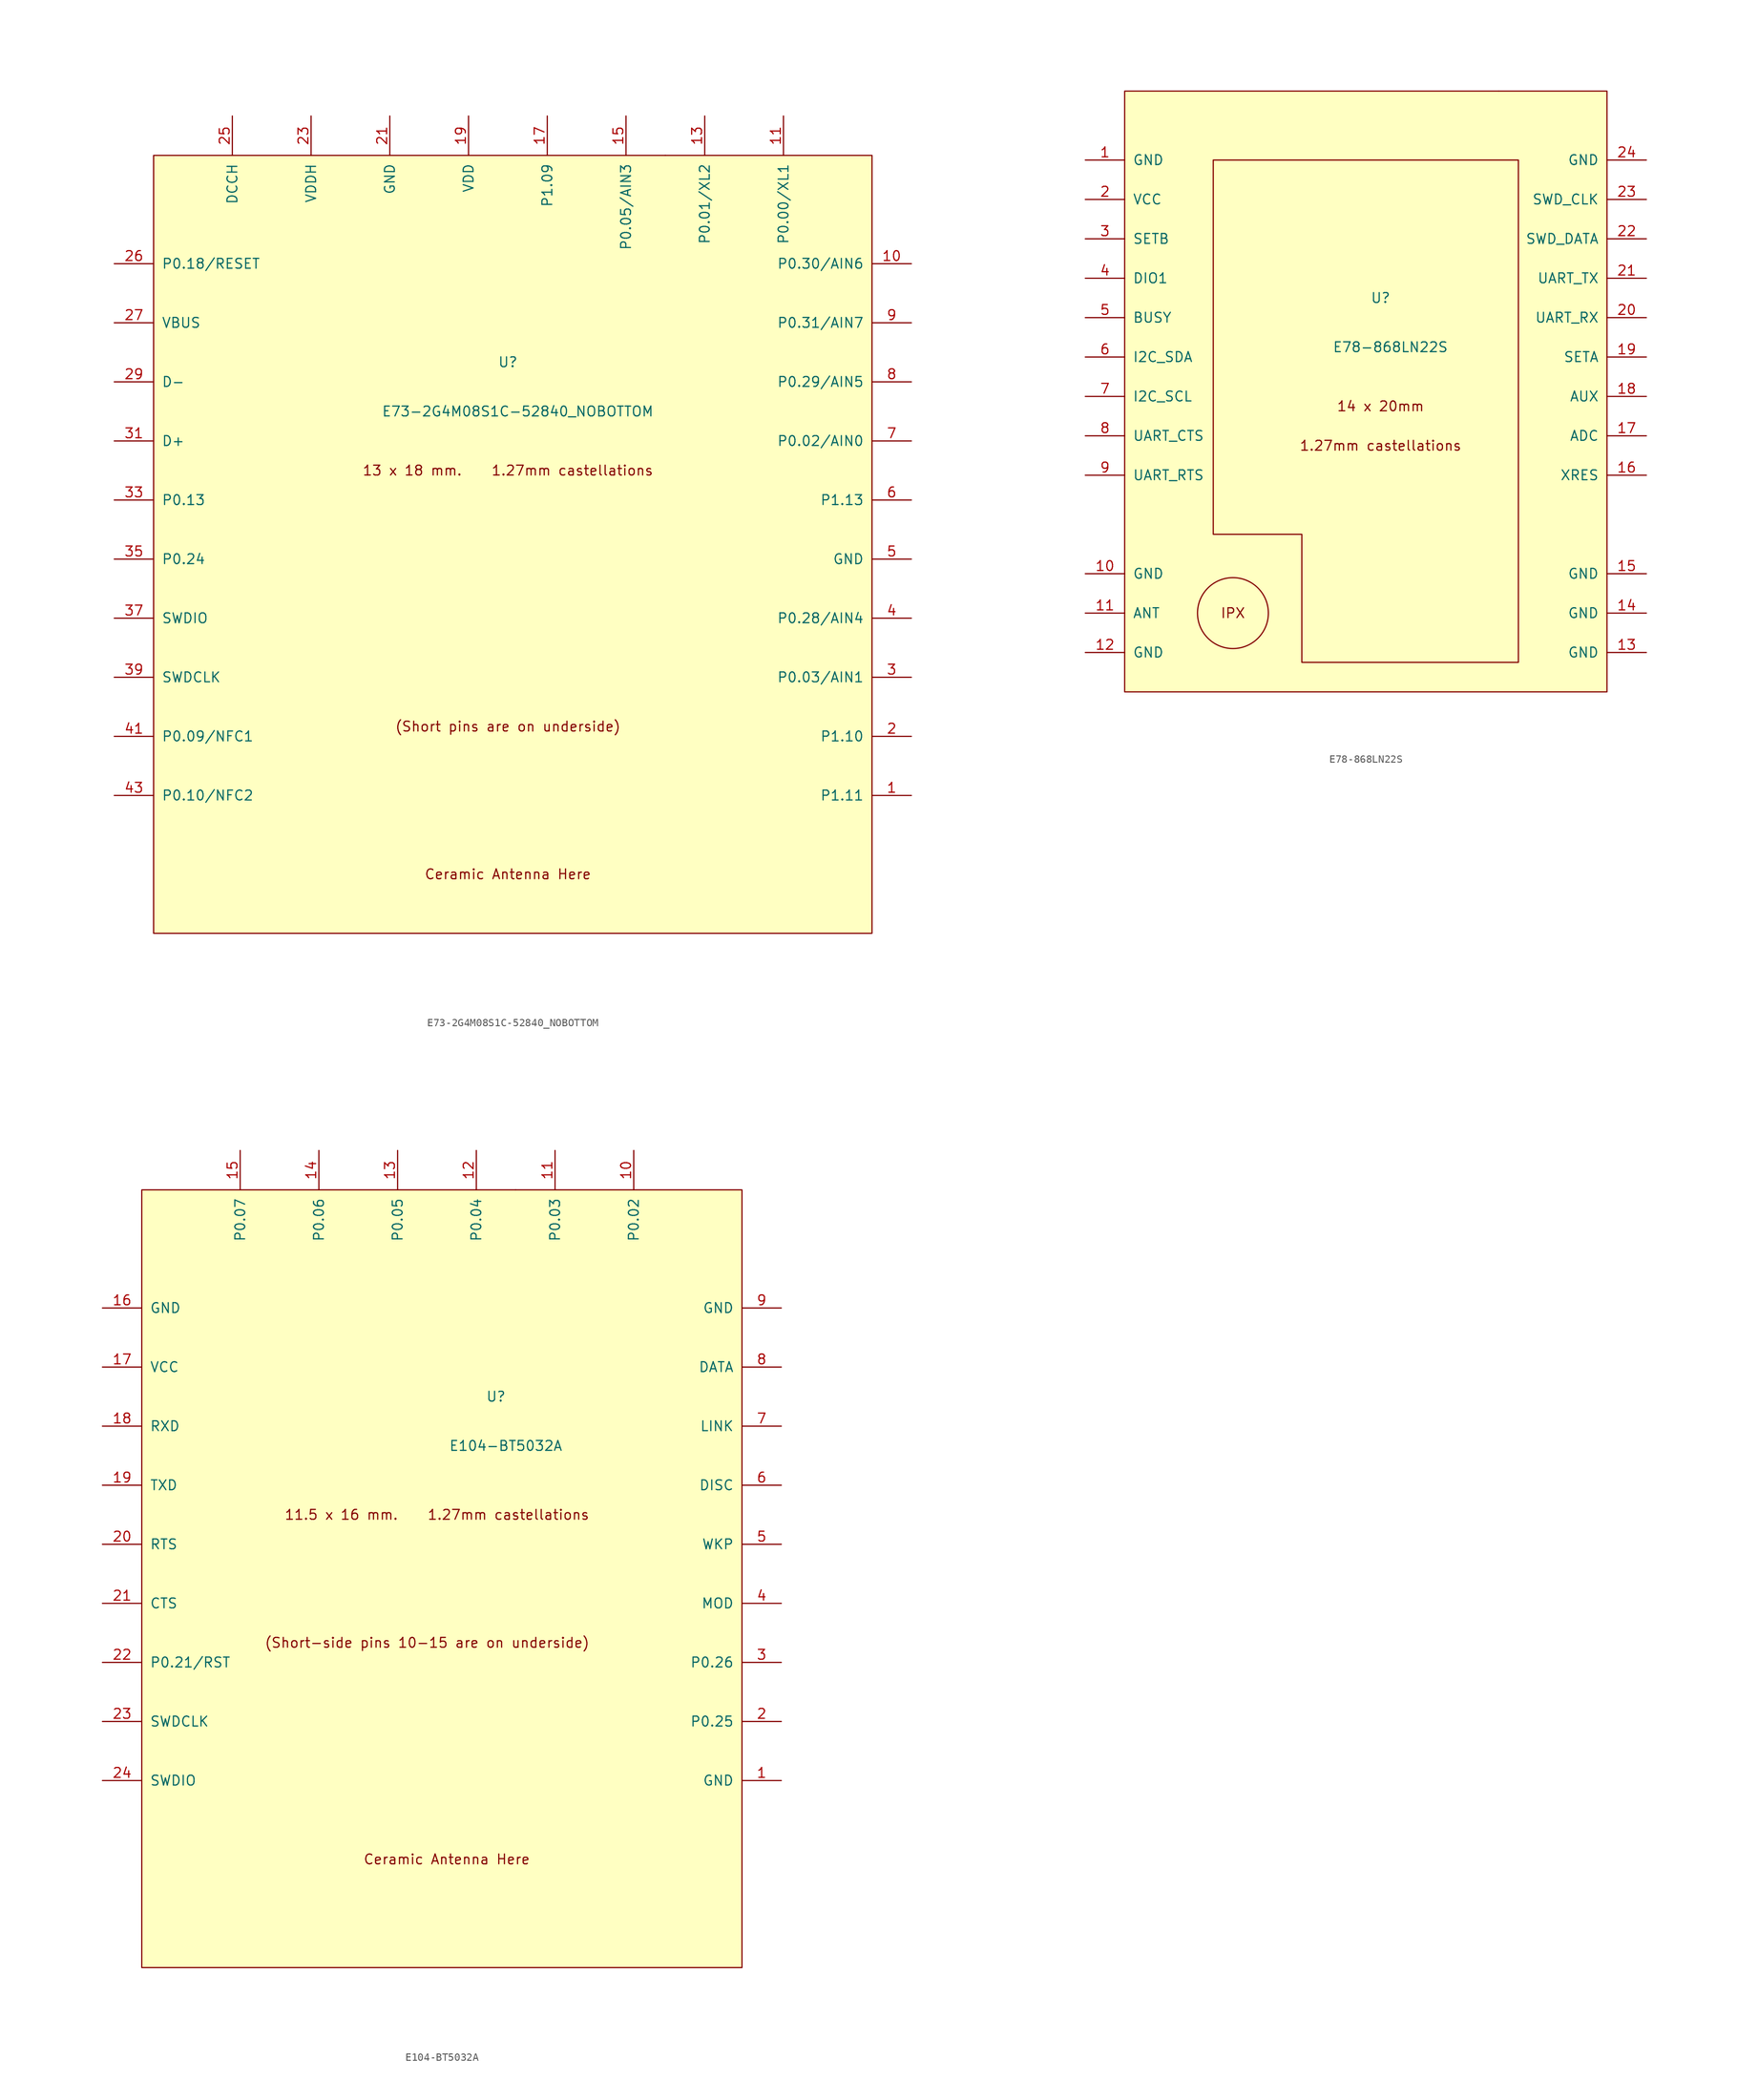
<source format=kicad_sym>
(kicad_symbol_lib
  (version 20211014)
  (generator kicad_symbol_editor)
  (symbol "E73-2G4M08S1C-52840_NOBOTTOM"
    (pin_names
      (offset 1.016))
    (property "Reference" "U"
      (at 0 46.99 0)
      (effects (font (size 1.27 1.27))))
    (property "Value" "E73-2G4M08S1C-52840_NOBOTTOM"
      (at 1.27 40.64 0)
      (effects (font (size 1.27 1.27))))
    (symbol "E73-2G4M08S1C-52840_NOBOTTOM_0_0"
      (text "(Short pins are on underside)" (at 0 0 0) (effects (font (size 1.27 1.27))))
      (text "13 x 18 mm.    1.27mm castellations" (at 0 33.02 0) (effects (font (size 1.27 1.27))))
      (text "Ceramic Antenna Here" (at 0 -19.05 0) (effects (font (size 1.27 1.27)))))
    (symbol "E73-2G4M08S1C-52840_NOBOTTOM_0_1"
      (rectangle (start -45.72 73.66) (end 46.99 -26.67) (stroke (width 0) (type default) (color 0 0 0 0)) (fill (type background)))
      (rectangle (start 20.32 73.66) (end 20.32 73.66) (stroke (width 0) (type default) (color 0 0 0 0)) (fill (type none))))
    (symbol "E73-2G4M08S1C-52840_NOBOTTOM_1_1"
      (pin bidirectional line (at 52.07 -8.89 180) (length 5.08) (name "P1.11" (effects (font (size 1.27 1.27)))) (number "1" (effects (font (size 1.27 1.27)))))
      (pin bidirectional line (at 52.07 59.69 180) (length 5.08) (name "P0.30/AIN6" (effects (font (size 1.27 1.27)))) (number "10" (effects (font (size 1.27 1.27)))))
      (pin bidirectional line (at 35.56 78.74 270) (length 5.08) (name "P0.00/XL1" (effects (font (size 1.27 1.27)))) (number "11" (effects (font (size 1.27 1.27)))))
      (pin bidirectional line (at 25.4 78.74 270) (length 5.08) (name "P0.01/XL2" (effects (font (size 1.27 1.27)))) (number "13" (effects (font (size 1.27 1.27)))))
      (pin bidirectional line (at 15.24 78.74 270) (length 5.08) (name "P0.05/AIN3" (effects (font (size 1.27 1.27)))) (number "15" (effects (font (size 1.27 1.27)))))
      (pin bidirectional line (at 5.08 78.74 270) (length 5.08) (name "P1.09" (effects (font (size 1.27 1.27)))) (number "17" (effects (font (size 1.27 1.27)))))
      (pin power_in line (at -5.08 78.74 270) (length 5.08) (name "VDD" (effects (font (size 1.27 1.27)))) (number "19" (effects (font (size 1.27 1.27)))))
      (pin bidirectional line (at 52.07 -1.27 180) (length 5.08) (name "P1.10" (effects (font (size 1.27 1.27)))) (number "2" (effects (font (size 1.27 1.27)))))
      (pin power_in line (at -15.24 78.74 270) (length 5.08) (name "GND" (effects (font (size 1.27 1.27)))) (number "21" (effects (font (size 1.27 1.27)))))
      (pin bidirectional line (at -25.4 78.74 270) (length 5.08) (name "VDDH" (effects (font (size 1.27 1.27)))) (number "23" (effects (font (size 1.27 1.27)))))
      (pin bidirectional line (at -35.56 78.74 270) (length 5.08) (name "DCCH" (effects (font (size 1.27 1.27)))) (number "25" (effects (font (size 1.27 1.27)))))
      (pin bidirectional line (at -50.8 59.69 0) (length 5.08) (name "P0.18/RESET" (effects (font (size 1.27 1.27)))) (number "26" (effects (font (size 1.27 1.27)))))
      (pin power_in line (at -50.8 52.07 0) (length 5.08) (name "VBUS" (effects (font (size 1.27 1.27)))) (number "27" (effects (font (size 1.27 1.27)))))
      (pin bidirectional line (at -50.8 44.45 0) (length 5.08) (name "D-" (effects (font (size 1.27 1.27)))) (number "29" (effects (font (size 1.27 1.27)))))
      (pin bidirectional line (at 52.07 6.35 180) (length 5.08) (name "P0.03/AIN1" (effects (font (size 1.27 1.27)))) (number "3" (effects (font (size 1.27 1.27)))))
      (pin bidirectional line (at -50.8 36.83 0) (length 5.08) (name "D+" (effects (font (size 1.27 1.27)))) (number "31" (effects (font (size 1.27 1.27)))))
      (pin bidirectional line (at -50.8 29.21 0) (length 5.08) (name "P0.13" (effects (font (size 1.27 1.27)))) (number "33" (effects (font (size 1.27 1.27)))))
      (pin bidirectional line (at -50.8 21.59 0) (length 5.08) (name "P0.24" (effects (font (size 1.27 1.27)))) (number "35" (effects (font (size 1.27 1.27)))))
      (pin bidirectional line (at -50.8 13.97 0) (length 5.08) (name "SWDIO" (effects (font (size 1.27 1.27)))) (number "37" (effects (font (size 1.27 1.27)))))
      (pin bidirectional line (at -50.8 6.35 0) (length 5.08) (name "SWDCLK" (effects (font (size 1.27 1.27)))) (number "39" (effects (font (size 1.27 1.27)))))
      (pin bidirectional line (at 52.07 13.97 180) (length 5.08) (name "P0.28/AIN4" (effects (font (size 1.27 1.27)))) (number "4" (effects (font (size 1.27 1.27)))))
      (pin bidirectional line (at -50.8 -1.27 0) (length 5.08) (name "P0.09/NFC1" (effects (font (size 1.27 1.27)))) (number "41" (effects (font (size 1.27 1.27)))))
      (pin bidirectional line (at -50.8 -8.89 0) (length 5.08) (name "P0.10/NFC2" (effects (font (size 1.27 1.27)))) (number "43" (effects (font (size 1.27 1.27)))))
      (pin power_in line (at 52.07 21.59 180) (length 5.08) (name "GND" (effects (font (size 1.27 1.27)))) (number "5" (effects (font (size 1.27 1.27)))))
      (pin bidirectional line (at 52.07 29.21 180) (length 5.08) (name "P1.13" (effects (font (size 1.27 1.27)))) (number "6" (effects (font (size 1.27 1.27)))))
      (pin bidirectional line (at 52.07 36.83 180) (length 5.08) (name "P0.02/AIN0" (effects (font (size 1.27 1.27)))) (number "7" (effects (font (size 1.27 1.27)))))
      (pin bidirectional line (at 52.07 44.45 180) (length 5.08) (name "P0.29/AIN5" (effects (font (size 1.27 1.27)))) (number "8" (effects (font (size 1.27 1.27)))))
      (pin bidirectional line (at 52.07 52.07 180) (length 5.08) (name "P0.31/AIN7" (effects (font (size 1.27 1.27)))) (number "9" (effects (font (size 1.27 1.27)))))))
  (symbol "E78-868LN22S"
    (pin_names
      (offset 1.016))
    (property "Reference" "U"
      (at -3.81 26.67 0)
      (effects (font (size 1.27 1.27))))
    (property "Value" "E78-868LN22S"
      (at -2.54 20.32 0)
      (effects (font (size 1.27 1.27))))
    (symbol "E78-868LN22S_0_0"
      (circle (center -22.86 -13.97) (radius 4.572) (stroke (width 0) (type default) (color 0 0 0 0)) (fill (type none)))
      (polyline (pts (xy -25.4 44.45) (xy -25.4 -3.81) (xy -13.97 -3.81) (xy -13.97 -20.32) (xy 13.97 -20.32) (xy 13.97 44.45) (xy -25.4 44.45)) (stroke (width 0) (type default) (color 0 0 0 0)) (fill (type none)))
      (text "1.27mm castellations" (at -3.81 7.62 0) (effects (font (size 1.27 1.27))))
      (text "14 x 20mm" (at -3.81 12.7 0) (effects (font (size 1.27 1.27))))
      (text "IPX" (at -22.86 -13.97 0) (effects (font (size 1.27 1.27)))))
    (symbol "E78-868LN22S_0_1"
      (rectangle (start -36.83 53.34) (end 25.4 -24.13) (stroke (width 0) (type default) (color 0 0 0 0)) (fill (type background)))
      (rectangle (start 11.43 53.34) (end 11.43 53.34) (stroke (width 0) (type default) (color 0 0 0 0)) (fill (type none))))
    (symbol "E78-868LN22S_1_1"
      (pin power_in line (at -41.91 44.45 0) (length 5.08) (name "GND" (effects (font (size 1.27 1.27)))) (number "1" (effects (font (size 1.27 1.27)))))
      (pin power_in line (at -41.91 -8.89 0) (length 5.08) (name "GND" (effects (font (size 1.27 1.27)))) (number "10" (effects (font (size 1.27 1.27)))))
      (pin bidirectional line (at -41.91 -13.97 0) (length 5.08) (name "ANT" (effects (font (size 1.27 1.27)))) (number "11" (effects (font (size 1.27 1.27)))))
      (pin power_in line (at -41.91 -19.05 0) (length 5.08) (name "GND" (effects (font (size 1.27 1.27)))) (number "12" (effects (font (size 1.27 1.27)))))
      (pin power_in line (at 30.48 -19.05 180) (length 5.08) (name "GND" (effects (font (size 1.27 1.27)))) (number "13" (effects (font (size 1.27 1.27)))))
      (pin power_in line (at 30.48 -13.97 180) (length 5.08) (name "GND" (effects (font (size 1.27 1.27)))) (number "14" (effects (font (size 1.27 1.27)))))
      (pin power_in line (at 30.48 -8.89 180) (length 5.08) (name "GND" (effects (font (size 1.27 1.27)))) (number "15" (effects (font (size 1.27 1.27)))))
      (pin bidirectional line (at 30.48 3.81 180) (length 5.08) (name "XRES" (effects (font (size 1.27 1.27)))) (number "16" (effects (font (size 1.27 1.27)))))
      (pin bidirectional line (at 30.48 8.89 180) (length 5.08) (name "ADC" (effects (font (size 1.27 1.27)))) (number "17" (effects (font (size 1.27 1.27)))))
      (pin bidirectional line (at 30.48 13.97 180) (length 5.08) (name "AUX" (effects (font (size 1.27 1.27)))) (number "18" (effects (font (size 1.27 1.27)))))
      (pin bidirectional line (at 30.48 19.05 180) (length 5.08) (name "SETA" (effects (font (size 1.27 1.27)))) (number "19" (effects (font (size 1.27 1.27)))))
      (pin power_in line (at -41.91 39.37 0) (length 5.08) (name "VCC" (effects (font (size 1.27 1.27)))) (number "2" (effects (font (size 1.27 1.27)))))
      (pin bidirectional line (at 30.48 24.13 180) (length 5.08) (name "UART_RX" (effects (font (size 1.27 1.27)))) (number "20" (effects (font (size 1.27 1.27)))))
      (pin passive line (at 30.48 29.21 180) (length 5.08) (name "UART_TX" (effects (font (size 1.27 1.27)))) (number "21" (effects (font (size 1.27 1.27)))))
      (pin power_out line (at 30.48 34.29 180) (length 5.08) (name "SWD_DATA" (effects (font (size 1.27 1.27)))) (number "22" (effects (font (size 1.27 1.27)))))
      (pin passive line (at 30.48 39.37 180) (length 5.08) (name "SWD_CLK" (effects (font (size 1.27 1.27)))) (number "23" (effects (font (size 1.27 1.27)))))
      (pin power_in line (at 30.48 44.45 180) (length 5.08) (name "GND" (effects (font (size 1.27 1.27)))) (number "24" (effects (font (size 1.27 1.27)))))
      (pin bidirectional line (at -41.91 34.29 0) (length 5.08) (name "SETB" (effects (font (size 1.27 1.27)))) (number "3" (effects (font (size 1.27 1.27)))))
      (pin bidirectional line (at -41.91 29.21 0) (length 5.08) (name "DIO1" (effects (font (size 1.27 1.27)))) (number "4" (effects (font (size 1.27 1.27)))))
      (pin bidirectional line (at -41.91 24.13 0) (length 5.08) (name "BUSY" (effects (font (size 1.27 1.27)))) (number "5" (effects (font (size 1.27 1.27)))))
      (pin bidirectional line (at -41.91 19.05 0) (length 5.08) (name "I2C_SDA" (effects (font (size 1.27 1.27)))) (number "6" (effects (font (size 1.27 1.27)))))
      (pin bidirectional line (at -41.91 13.97 0) (length 5.08) (name "I2C_SCL" (effects (font (size 1.27 1.27)))) (number "7" (effects (font (size 1.27 1.27)))))
      (pin bidirectional line (at -41.91 8.89 0) (length 5.08) (name "UART_CTS" (effects (font (size 1.27 1.27)))) (number "8" (effects (font (size 1.27 1.27)))))
      (pin bidirectional line (at -41.91 3.81 0) (length 5.08) (name "UART_RTS" (effects (font (size 1.27 1.27)))) (number "9" (effects (font (size 1.27 1.27)))))))
  (symbol "E104-BT5032A"
    (pin_names
      (offset 1.016))
    (property "Reference" "U"
      (at 0 46.99 0)
      (effects (font (size 1.27 1.27))))
    (property "Value" "E104-BT5032A"
      (at 1.27 40.64 0)
      (effects (font (size 1.27 1.27))))
    (symbol "E104-BT5032A_0_0"
      (text "(Short-side pins 10-15 are on underside)" (at -8.89 15.24 0) (effects (font (size 1.27 1.27))))
      (text "11.5 x 16 mm.    1.27mm castellations" (at -7.62 31.75 0) (effects (font (size 1.27 1.27))))
      (text "Ceramic Antenna Here" (at -6.35 -12.7 0) (effects (font (size 1.27 1.27)))))
    (symbol "E104-BT5032A_0_1"
      (rectangle (start -45.72 73.66) (end 31.75 -26.67) (stroke (width 0) (type default) (color 0 0 0 0)) (fill (type background)))
      (rectangle (start 2.54 73.66) (end 2.54 73.66) (stroke (width 0) (type default) (color 0 0 0 0)) (fill (type none))))
    (symbol "E104-BT5032A_1_1"
      (pin power_in line (at 36.83 -2.54 180) (length 5.08) (name "GND" (effects (font (size 1.27 1.27)))) (number "1" (effects (font (size 1.27 1.27)))))
      (pin bidirectional line (at 17.78 78.74 270) (length 5.08) (name "P0.02" (effects (font (size 1.27 1.27)))) (number "10" (effects (font (size 1.27 1.27)))))
      (pin bidirectional line (at 7.62 78.74 270) (length 5.08) (name "P0.03" (effects (font (size 1.27 1.27)))) (number "11" (effects (font (size 1.27 1.27)))))
      (pin bidirectional line (at -2.54 78.74 270) (length 5.08) (name "P0.04" (effects (font (size 1.27 1.27)))) (number "12" (effects (font (size 1.27 1.27)))))
      (pin bidirectional line (at -12.7 78.74 270) (length 5.08) (name "P0.05" (effects (font (size 1.27 1.27)))) (number "13" (effects (font (size 1.27 1.27)))))
      (pin bidirectional line (at -22.86 78.74 270) (length 5.08) (name "P0.06" (effects (font (size 1.27 1.27)))) (number "14" (effects (font (size 1.27 1.27)))))
      (pin bidirectional line (at -33.02 78.74 270) (length 5.08) (name "P0.07" (effects (font (size 1.27 1.27)))) (number "15" (effects (font (size 1.27 1.27)))))
      (pin power_in line (at -50.8 58.42 0) (length 5.08) (name "GND" (effects (font (size 1.27 1.27)))) (number "16" (effects (font (size 1.27 1.27)))))
      (pin power_in line (at -50.8 50.8 0) (length 5.08) (name "VCC" (effects (font (size 1.27 1.27)))) (number "17" (effects (font (size 1.27 1.27)))))
      (pin bidirectional line (at -50.8 43.18 0) (length 5.08) (name "RXD" (effects (font (size 1.27 1.27)))) (number "18" (effects (font (size 1.27 1.27)))))
      (pin bidirectional line (at -50.8 35.56 0) (length 5.08) (name "TXD" (effects (font (size 1.27 1.27)))) (number "19" (effects (font (size 1.27 1.27)))))
      (pin bidirectional line (at 36.83 5.08 180) (length 5.08) (name "P0.25" (effects (font (size 1.27 1.27)))) (number "2" (effects (font (size 1.27 1.27)))))
      (pin bidirectional line (at -50.8 27.94 0) (length 5.08) (name "RTS" (effects (font (size 1.27 1.27)))) (number "20" (effects (font (size 1.27 1.27)))))
      (pin bidirectional line (at -50.8 20.32 0) (length 5.08) (name "CTS" (effects (font (size 1.27 1.27)))) (number "21" (effects (font (size 1.27 1.27)))))
      (pin bidirectional line (at -50.8 12.7 0) (length 5.08) (name "P0.21/RST" (effects (font (size 1.27 1.27)))) (number "22" (effects (font (size 1.27 1.27)))))
      (pin bidirectional line (at -50.8 5.08 0) (length 5.08) (name "SWDCLK" (effects (font (size 1.27 1.27)))) (number "23" (effects (font (size 1.27 1.27)))))
      (pin bidirectional line (at -50.8 -2.54 0) (length 5.08) (name "SWDIO" (effects (font (size 1.27 1.27)))) (number "24" (effects (font (size 1.27 1.27)))))
      (pin bidirectional line (at 36.83 12.7 180) (length 5.08) (name "P0.26" (effects (font (size 1.27 1.27)))) (number "3" (effects (font (size 1.27 1.27)))))
      (pin input line (at 36.83 20.32 180) (length 5.08) (name "MOD" (effects (font (size 1.27 1.27)))) (number "4" (effects (font (size 1.27 1.27)))))
      (pin input line (at 36.83 27.94 180) (length 5.08) (name "WKP" (effects (font (size 1.27 1.27)))) (number "5" (effects (font (size 1.27 1.27)))))
      (pin input line (at 36.83 35.56 180) (length 5.08) (name "DISC" (effects (font (size 1.27 1.27)))) (number "6" (effects (font (size 1.27 1.27)))))
      (pin output line (at 36.83 43.18 180) (length 5.08) (name "LINK" (effects (font (size 1.27 1.27)))) (number "7" (effects (font (size 1.27 1.27)))))
      (pin output line (at 36.83 50.8 180) (length 5.08) (name "DATA" (effects (font (size 1.27 1.27)))) (number "8" (effects (font (size 1.27 1.27)))))
      (pin power_in line (at 36.83 58.42 180) (length 5.08) (name "GND" (effects (font (size 1.27 1.27)))) (number "9" (effects (font (size 1.27 1.27))))))))
</source>
